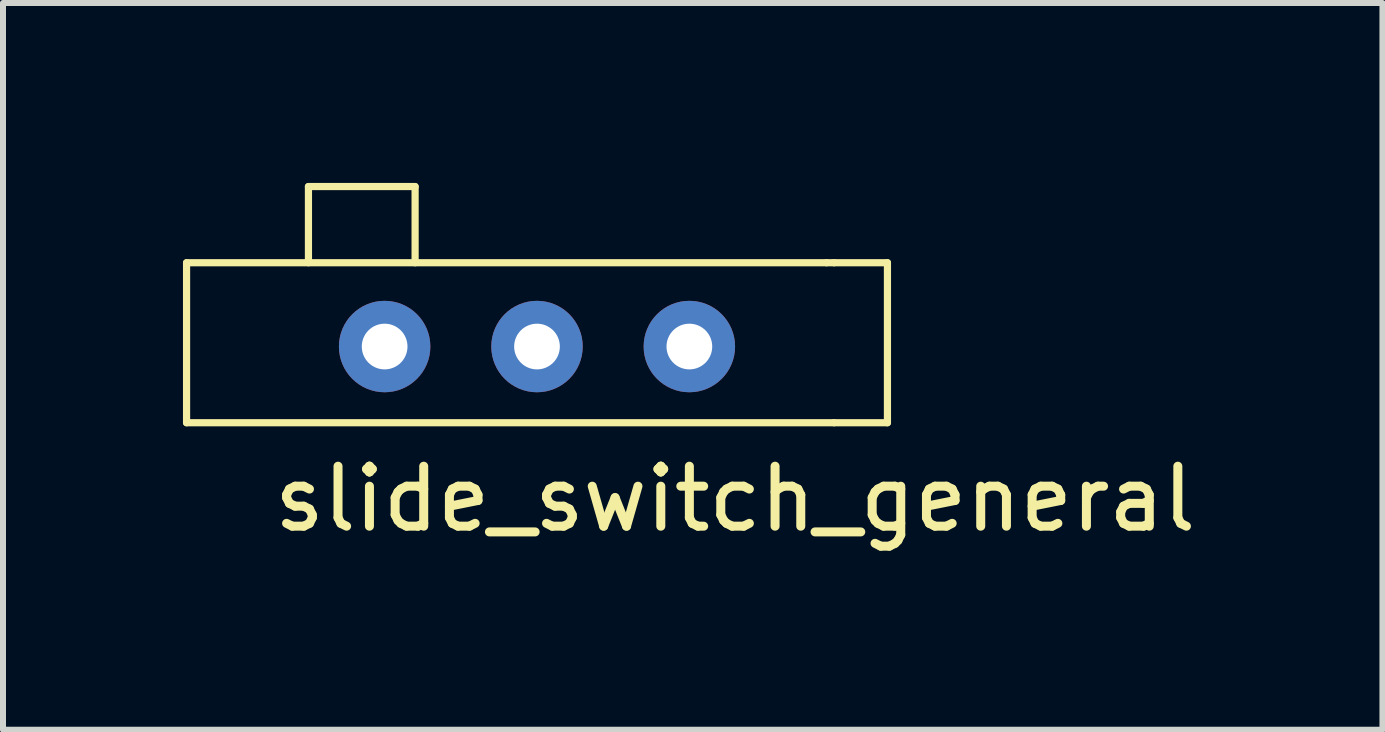
<source format=kicad_pcb>
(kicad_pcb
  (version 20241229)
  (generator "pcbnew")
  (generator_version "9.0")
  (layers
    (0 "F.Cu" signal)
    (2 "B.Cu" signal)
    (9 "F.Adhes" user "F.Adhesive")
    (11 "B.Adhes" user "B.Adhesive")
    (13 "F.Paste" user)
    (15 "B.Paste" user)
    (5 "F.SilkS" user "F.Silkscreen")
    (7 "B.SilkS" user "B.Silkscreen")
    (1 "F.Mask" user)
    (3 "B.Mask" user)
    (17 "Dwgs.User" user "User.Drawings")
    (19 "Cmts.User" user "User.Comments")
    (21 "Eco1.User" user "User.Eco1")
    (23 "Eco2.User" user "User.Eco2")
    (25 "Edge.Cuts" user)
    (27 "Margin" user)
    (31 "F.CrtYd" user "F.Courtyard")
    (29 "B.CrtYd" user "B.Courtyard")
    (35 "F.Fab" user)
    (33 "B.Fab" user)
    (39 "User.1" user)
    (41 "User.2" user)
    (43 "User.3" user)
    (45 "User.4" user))
  (footprint "slide_switch_general"
    (layer "F.Cu")
    (at 5.902 2.727)
    (property "Reference" "slide_switch_general" (at 3.302 2.54 0) (layer "F.SilkS") (effects (font (size 1 1) (thickness 0.15))))
    (attr through_hole)
    (fp_line (start -5.842 -1.397) (end -5.842 1.27) (stroke (width 0.12) (type solid)) (layer "F.SilkS"))
    (fp_line (start -5.842 1.27) (end 4.953 1.27) (stroke (width 0.12) (type solid)) (layer "F.SilkS"))
    (fp_line (start -3.81 -2.667) (end -2.032 -2.667) (stroke (width 0.12) (type solid)) (layer "F.SilkS"))
    (fp_line (start -3.81 -1.397) (end -3.81 -2.667) (stroke (width 0.12) (type solid)) (layer "F.SilkS"))
    (fp_line (start -2.032 -2.667) (end -2.032 -1.397) (stroke (width 0.12) (type solid)) (layer "F.SilkS"))
    (fp_line (start 4.826 -1.397) (end -5.842 -1.397) (stroke (width 0.12) (type solid)) (layer "F.SilkS"))
    (fp_line (start 4.826 -1.397) (end 4.953 -1.397) (stroke (width 0.12) (type solid)) (layer "F.SilkS"))
    (fp_line (start 4.953 -1.397) (end 5.842 -1.397) (stroke (width 0.12) (type solid)) (layer "F.SilkS"))
    (fp_line (start 4.953 1.27) (end 5.842 1.27) (stroke (width 0.12) (type solid)) (layer "F.SilkS"))
    (fp_line (start 5.842 -1.397) (end 5.842 1.27) (stroke (width 0.12) (type solid)) (layer "F.SilkS"))
    (pad "1" thru_hole circle (at -2.54 0) (size 1.524 1.524) (drill 0.762) (layers "*.Cu" "*.Mask"))
    (pad "2" thru_hole circle (at 0 0) (size 1.524 1.524) (drill 0.762) (layers "*.Cu" "*.Mask"))
    (pad "3" thru_hole circle (at 2.54 0) (size 1.524 1.524) (drill 0.762) (layers "*.Cu" "*.Mask")))
  (gr_rect
    (start -3 -3)
    (end 19.996 9.115)
    (stroke (width 0.1) (type default))
    (fill no)
    (layer "Edge.Cuts")))
</source>
